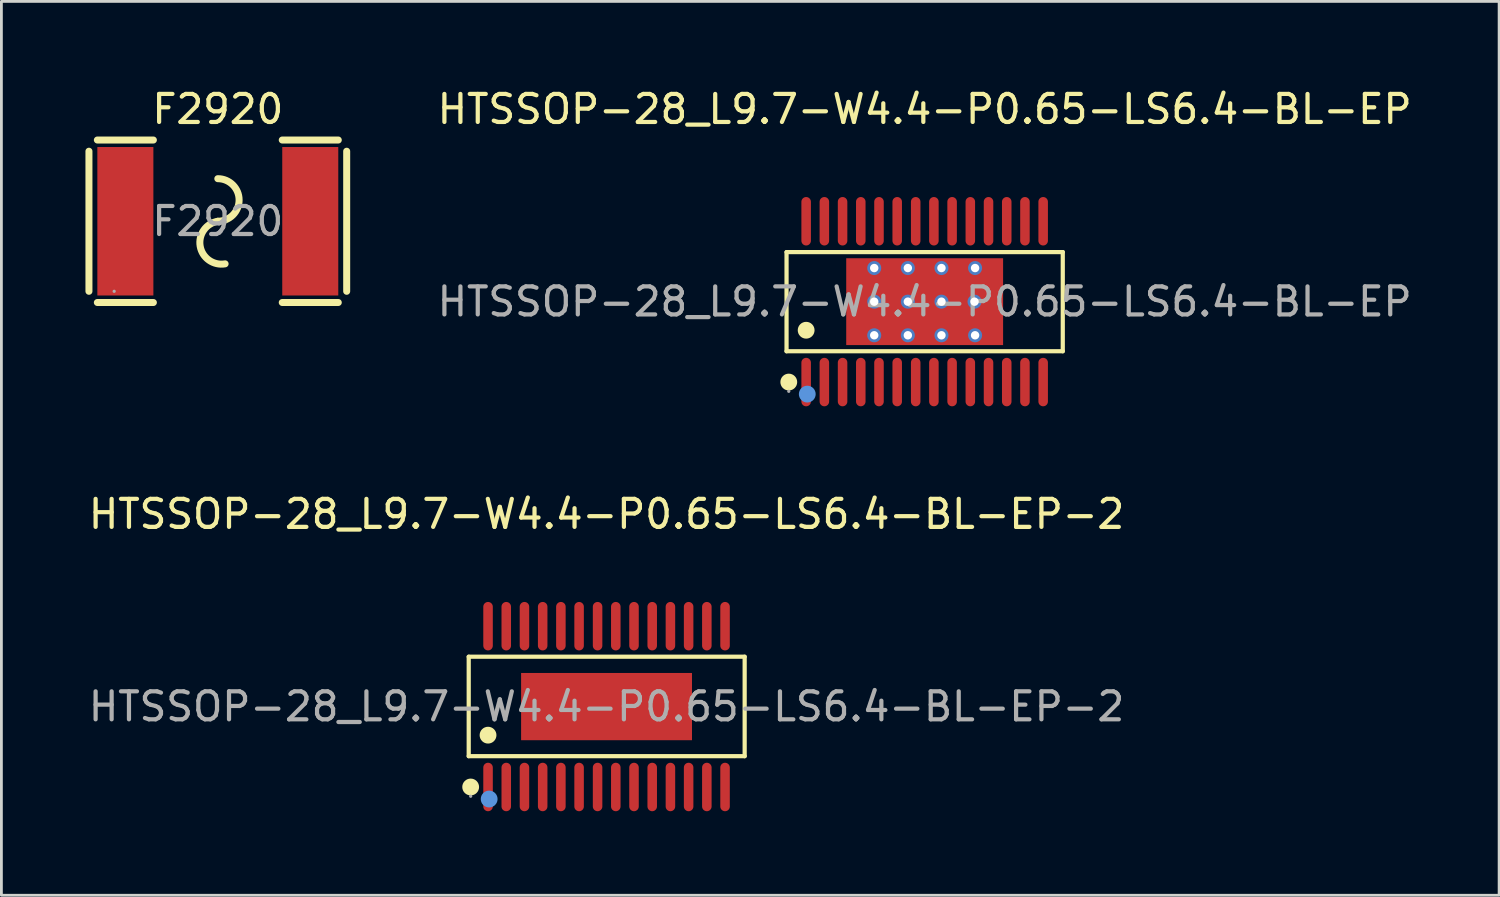
<source format=kicad_pcb>
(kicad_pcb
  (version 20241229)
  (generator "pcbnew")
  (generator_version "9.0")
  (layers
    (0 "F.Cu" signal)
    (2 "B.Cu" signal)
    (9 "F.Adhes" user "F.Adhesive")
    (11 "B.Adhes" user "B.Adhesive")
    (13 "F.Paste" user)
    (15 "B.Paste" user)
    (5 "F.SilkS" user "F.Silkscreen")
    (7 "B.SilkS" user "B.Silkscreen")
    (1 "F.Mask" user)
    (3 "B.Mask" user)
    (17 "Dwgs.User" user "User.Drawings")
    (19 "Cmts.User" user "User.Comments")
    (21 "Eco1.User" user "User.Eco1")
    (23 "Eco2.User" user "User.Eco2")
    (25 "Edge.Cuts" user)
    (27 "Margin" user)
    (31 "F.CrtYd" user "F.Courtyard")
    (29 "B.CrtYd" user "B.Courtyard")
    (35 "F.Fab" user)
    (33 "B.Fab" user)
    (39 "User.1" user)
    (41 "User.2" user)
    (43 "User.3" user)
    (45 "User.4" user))
  (footprint "HTSSOP-28_L9.7-W4.4-P0.65-LS6.4-BL-EP-2"
    (layer "F.Cu")
    (at 18.601 22.172)
    (property "Reference" "HTSSOP-28_L9.7-W4.4-P0.65-LS6.4-BL-EP-2" (at 0 -6.87 0) (layer "F.SilkS") (effects (font (size 1 1) (thickness 0.15))))
    (attr smd)
    (fp_line (start -4.92 -1.78) (end 4.93 -1.78) (stroke (width 0.15) (type solid)) (layer "F.SilkS"))
    (fp_line (start -4.92 1.77) (end -4.92 -1.78) (stroke (width 0.15) (type solid)) (layer "F.SilkS"))
    (fp_line (start 4.93 -1.78) (end 4.93 1.77) (stroke (width 0.15) (type solid)) (layer "F.SilkS"))
    (fp_line (start 4.93 1.77) (end -4.92 1.77) (stroke (width 0.15) (type solid)) (layer "F.SilkS"))
    (fp_circle (center -4.85 2.87) (end -4.7 2.87) (stroke (width 0.3) (type solid)) (fill no) (layer "F.SilkS"))
    (fp_circle (center -4.23 1.02) (end -4.08 1.02) (stroke (width 0.3) (type solid)) (fill no) (layer "F.SilkS"))
    (fp_circle (center -4.19 3.3) (end -4.04 3.3) (stroke (width 0.3) (type solid)) (fill no) (layer "Cmts.User"))
    (fp_circle (center -4.85 3.2) (end -4.82 3.2) (stroke (width 0.06) (type solid)) (fill no) (layer "F.Fab"))
    (fp_text user "${REFERENCE}" (at 0 0 0) (layer "F.Fab") (effects (font (size 1 1) (thickness 0.15))))
    (pad "1" smd oval (at -4.23 2.87) (size 0.34 1.73) (layers "F.Cu" "F.Mask" "F.Paste"))
    (pad "2" smd oval (at -3.58 2.87) (size 0.34 1.73) (layers "F.Cu" "F.Mask" "F.Paste"))
    (pad "3" smd oval (at -2.93 2.87) (size 0.34 1.73) (layers "F.Cu" "F.Mask" "F.Paste"))
    (pad "4" smd oval (at -2.28 2.87) (size 0.34 1.73) (layers "F.Cu" "F.Mask" "F.Paste"))
    (pad "5" smd oval (at -1.63 2.87) (size 0.34 1.73) (layers "F.Cu" "F.Mask" "F.Paste"))
    (pad "6" smd oval (at -0.98 2.87) (size 0.34 1.73) (layers "F.Cu" "F.Mask" "F.Paste"))
    (pad "7" smd oval (at -0.32 2.87) (size 0.34 1.73) (layers "F.Cu" "F.Mask" "F.Paste"))
    (pad "8" smd oval (at 0.33 2.87) (size 0.34 1.73) (layers "F.Cu" "F.Mask" "F.Paste"))
    (pad "9" smd oval (at 0.98 2.87) (size 0.34 1.73) (layers "F.Cu" "F.Mask" "F.Paste"))
    (pad "10" smd oval (at 1.63 2.87) (size 0.34 1.73) (layers "F.Cu" "F.Mask" "F.Paste"))
    (pad "11" smd oval (at 2.28 2.87) (size 0.34 1.73) (layers "F.Cu" "F.Mask" "F.Paste"))
    (pad "12" smd oval (at 2.93 2.87) (size 0.34 1.73) (layers "F.Cu" "F.Mask" "F.Paste"))
    (pad "13" smd oval (at 3.58 2.87) (size 0.34 1.73) (layers "F.Cu" "F.Mask" "F.Paste"))
    (pad "14" smd oval (at 4.23 2.87) (size 0.34 1.73) (layers "F.Cu" "F.Mask" "F.Paste"))
    (pad "15" smd oval (at 4.23 -2.87) (size 0.34 1.73) (layers "F.Cu" "F.Mask" "F.Paste"))
    (pad "16" smd oval (at 3.58 -2.87) (size 0.34 1.73) (layers "F.Cu" "F.Mask" "F.Paste"))
    (pad "17" smd oval (at 2.93 -2.87) (size 0.34 1.73) (layers "F.Cu" "F.Mask" "F.Paste"))
    (pad "18" smd oval (at 2.28 -2.87) (size 0.34 1.73) (layers "F.Cu" "F.Mask" "F.Paste"))
    (pad "19" smd oval (at 1.63 -2.87) (size 0.34 1.73) (layers "F.Cu" "F.Mask" "F.Paste"))
    (pad "20" smd oval (at 0.98 -2.87) (size 0.34 1.73) (layers "F.Cu" "F.Mask" "F.Paste"))
    (pad "21" smd oval (at 0.33 -2.87) (size 0.34 1.73) (layers "F.Cu" "F.Mask" "F.Paste"))
    (pad "22" smd oval (at -0.32 -2.87) (size 0.34 1.73) (layers "F.Cu" "F.Mask" "F.Paste"))
    (pad "23" smd oval (at -0.98 -2.87) (size 0.34 1.73) (layers "F.Cu" "F.Mask" "F.Paste"))
    (pad "24" smd oval (at -1.63 -2.87) (size 0.34 1.73) (layers "F.Cu" "F.Mask" "F.Paste"))
    (pad "25" smd oval (at -2.28 -2.87) (size 0.34 1.73) (layers "F.Cu" "F.Mask" "F.Paste"))
    (pad "26" smd oval (at -2.93 -2.87) (size 0.34 1.73) (layers "F.Cu" "F.Mask" "F.Paste"))
    (pad "27" smd oval (at -3.58 -2.87) (size 0.34 1.73) (layers "F.Cu" "F.Mask" "F.Paste"))
    (pad "28" smd oval (at -4.23 -2.87) (size 0.34 1.73) (layers "F.Cu" "F.Mask" "F.Paste"))
    (pad "29" smd rect (at 0 0) (size 6.1 2.4) (layers "F.Cu" "F.Mask" "F.Paste")))
  (footprint "HTSSOP-28_L9.7-W4.4-P0.65-LS6.4-BL-EP"
    (layer "F.Cu")
    (at 29.956 7.718)
    (property "Reference" "HTSSOP-28_L9.7-W4.4-P0.65-LS6.4-BL-EP" (at 0 -6.87 0) (layer "F.SilkS") (effects (font (size 1 1) (thickness 0.15))))
    (attr smd)
    (fp_line (start -4.93 -1.77) (end 4.93 -1.77) (stroke (width 0.15) (type solid)) (layer "F.SilkS"))
    (fp_line (start -4.93 1.77) (end -4.93 -1.77) (stroke (width 0.15) (type solid)) (layer "F.SilkS"))
    (fp_line (start 4.93 -1.77) (end 4.93 1.77) (stroke (width 0.15) (type solid)) (layer "F.SilkS"))
    (fp_line (start 4.93 1.77) (end -4.93 1.77) (stroke (width 0.15) (type solid)) (layer "F.SilkS"))
    (fp_circle (center -4.85 2.87) (end -4.7 2.87) (stroke (width 0.3) (type solid)) (fill no) (layer "F.SilkS"))
    (fp_circle (center -4.23 1.02) (end -4.08 1.02) (stroke (width 0.3) (type solid)) (fill no) (layer "F.SilkS"))
    (fp_circle (center -4.19 3.3) (end -4.04 3.3) (stroke (width 0.3) (type solid)) (fill no) (layer "Cmts.User"))
    (fp_circle (center -4.85 3.2) (end -4.82 3.2) (stroke (width 0.06) (type solid)) (fill no) (layer "F.Fab"))
    (fp_text user "${REFERENCE}" (at 0 0 0) (layer "F.Fab") (effects (font (size 1 1) (thickness 0.15))))
    (pad "" thru_hole circle (at -1.8 -1.2) (size 0.5 0.5) (drill 0.3) (layers "*.Cu" "*.Paste" "*.Mask"))
    (pad "" thru_hole circle (at -1.8 0) (size 0.5 0.5) (drill 0.3) (layers "*.Cu" "*.Paste" "*.Mask"))
    (pad "" thru_hole circle (at -1.8 1.2) (size 0.5 0.5) (drill 0.3) (layers "*.Cu" "*.Paste" "*.Mask"))
    (pad "" thru_hole circle (at -0.6 -1.2) (size 0.5 0.5) (drill 0.3) (layers "*.Cu" "*.Paste" "*.Mask"))
    (pad "" thru_hole circle (at -0.6 0) (size 0.5 0.5) (drill 0.3) (layers "*.Cu" "*.Paste" "*.Mask"))
    (pad "" thru_hole circle (at -0.6 1.2) (size 0.5 0.5) (drill 0.3) (layers "*.Cu" "*.Paste" "*.Mask"))
    (pad "" thru_hole circle (at 0.6 -1.2) (size 0.5 0.5) (drill 0.3) (layers "*.Cu" "*.Paste" "*.Mask"))
    (pad "" thru_hole circle (at 0.6 0) (size 0.5 0.5) (drill 0.3) (layers "*.Cu" "*.Paste" "*.Mask"))
    (pad "" thru_hole circle (at 0.6 1.2) (size 0.5 0.5) (drill 0.3) (layers "*.Cu" "*.Paste" "*.Mask"))
    (pad "" thru_hole circle (at 1.78 0) (size 0.5 0.5) (drill 0.3) (layers "*.Cu" "*.Paste" "*.Mask"))
    (pad "" thru_hole circle (at 1.8 -1.2) (size 0.5 0.5) (drill 0.3) (layers "*.Cu" "*.Paste" "*.Mask"))
    (pad "" thru_hole circle (at 1.8 1.2) (size 0.5 0.5) (drill 0.3) (layers "*.Cu" "*.Paste" "*.Mask"))
    (pad "1" smd oval (at -4.23 2.87) (size 0.34 1.73) (layers "F.Cu" "F.Mask" "F.Paste"))
    (pad "2" smd oval (at -3.58 2.87) (size 0.34 1.73) (layers "F.Cu" "F.Mask" "F.Paste"))
    (pad "3" smd oval (at -2.93 2.87) (size 0.34 1.73) (layers "F.Cu" "F.Mask" "F.Paste"))
    (pad "4" smd oval (at -2.28 2.87) (size 0.34 1.73) (layers "F.Cu" "F.Mask" "F.Paste"))
    (pad "5" smd oval (at -1.63 2.87) (size 0.34 1.73) (layers "F.Cu" "F.Mask" "F.Paste"))
    (pad "6" smd oval (at -0.98 2.87) (size 0.34 1.73) (layers "F.Cu" "F.Mask" "F.Paste"))
    (pad "7" smd oval (at -0.32 2.87) (size 0.34 1.73) (layers "F.Cu" "F.Mask" "F.Paste"))
    (pad "8" smd oval (at 0.33 2.87) (size 0.34 1.73) (layers "F.Cu" "F.Mask" "F.Paste"))
    (pad "9" smd oval (at 0.98 2.87) (size 0.34 1.73) (layers "F.Cu" "F.Mask" "F.Paste"))
    (pad "10" smd oval (at 1.63 2.87) (size 0.34 1.73) (layers "F.Cu" "F.Mask" "F.Paste"))
    (pad "11" smd oval (at 2.28 2.87) (size 0.34 1.73) (layers "F.Cu" "F.Mask" "F.Paste"))
    (pad "12" smd oval (at 2.93 2.87) (size 0.34 1.73) (layers "F.Cu" "F.Mask" "F.Paste"))
    (pad "13" smd oval (at 3.58 2.87) (size 0.34 1.73) (layers "F.Cu" "F.Mask" "F.Paste"))
    (pad "14" smd oval (at 4.23 2.87) (size 0.34 1.73) (layers "F.Cu" "F.Mask" "F.Paste"))
    (pad "15" smd oval (at 4.23 -2.87) (size 0.34 1.73) (layers "F.Cu" "F.Mask" "F.Paste"))
    (pad "16" smd oval (at 3.58 -2.87) (size 0.34 1.73) (layers "F.Cu" "F.Mask" "F.Paste"))
    (pad "17" smd oval (at 2.93 -2.87) (size 0.34 1.73) (layers "F.Cu" "F.Mask" "F.Paste"))
    (pad "18" smd oval (at 2.28 -2.87) (size 0.34 1.73) (layers "F.Cu" "F.Mask" "F.Paste"))
    (pad "19" smd oval (at 1.63 -2.87) (size 0.34 1.73) (layers "F.Cu" "F.Mask" "F.Paste"))
    (pad "20" smd oval (at 0.98 -2.87) (size 0.34 1.73) (layers "F.Cu" "F.Mask" "F.Paste"))
    (pad "21" smd oval (at 0.33 -2.87) (size 0.34 1.73) (layers "F.Cu" "F.Mask" "F.Paste"))
    (pad "22" smd oval (at -0.32 -2.87) (size 0.34 1.73) (layers "F.Cu" "F.Mask" "F.Paste"))
    (pad "23" smd oval (at -0.98 -2.87) (size 0.34 1.73) (layers "F.Cu" "F.Mask" "F.Paste"))
    (pad "24" smd oval (at -1.63 -2.87) (size 0.34 1.73) (layers "F.Cu" "F.Mask" "F.Paste"))
    (pad "25" smd oval (at -2.28 -2.87) (size 0.34 1.73) (layers "F.Cu" "F.Mask" "F.Paste"))
    (pad "26" smd oval (at -2.93 -2.87) (size 0.34 1.73) (layers "F.Cu" "F.Mask" "F.Paste"))
    (pad "27" smd oval (at -3.58 -2.87) (size 0.34 1.73) (layers "F.Cu" "F.Mask" "F.Paste"))
    (pad "28" smd oval (at -4.23 -2.87) (size 0.34 1.73) (layers "F.Cu" "F.Mask" "F.Paste"))
    (pad "29" smd rect (at 0 0) (size 5.6 3.1) (layers "F.Cu" "F.Mask" "F.Paste")))
  (footprint "F2920"
    (layer "F.Cu")
    (at 4.725 4.848)
    (property "Reference" "F2920" (at 0 -4 0) (layer "F.SilkS") (effects (font (size 1 1) (thickness 0.15))))
    (attr through_hole)
    (fp_line (start -4.6 -2.5) (end -4.6 2.5) (stroke (width 0.25) (type solid)) (layer "F.SilkS"))
    (fp_line (start -4.3 -2.9) (end -2.3 -2.9) (stroke (width 0.25) (type solid)) (layer "F.SilkS"))
    (fp_line (start -4.3 2.9) (end -2.3 2.9) (stroke (width 0.25) (type solid)) (layer "F.SilkS"))
    (fp_line (start 2.3 -2.9) (end 4.3 -2.9) (stroke (width 0.25) (type solid)) (layer "F.SilkS"))
    (fp_line (start 2.3 2.9) (end 4.3 2.9) (stroke (width 0.25) (type solid)) (layer "F.SilkS"))
    (fp_line (start 4.6 -2.5) (end 4.6 2.5) (stroke (width 0.25) (type solid)) (layer "F.SilkS"))
    (fp_arc (start 0 -1.52) (mid 0.76 -0.76) (end 0 0) (stroke (width 0.25) (type solid)) (layer "F.SilkS"))
    (fp_arc (start 0.26 1.52) (mid -0.63 0.89) (end 0 0) (stroke (width 0.25) (type solid)) (layer "F.SilkS"))
    (fp_circle (center -3.7 2.5) (end -3.67 2.5) (stroke (width 0.06) (type solid)) (fill no) (layer "F.Fab"))
    (fp_text user "${REFERENCE}" (at 0 0 0) (layer "F.Fab") (effects (font (size 1 1) (thickness 0.15))))
    (pad "1" smd rect (at -3.3 0) (size 2 5.3) (layers "F.Cu" "F.Mask" "F.Paste"))
    (pad "2" smd rect (at 3.3 0) (size 2 5.3) (layers "F.Cu" "F.Mask" "F.Paste")))
  (gr_rect
    (start -3 -3)
    (end 50.462 28.907)
    (stroke (width 0.1) (type default))
    (fill no)
    (layer "Edge.Cuts")))
</source>
